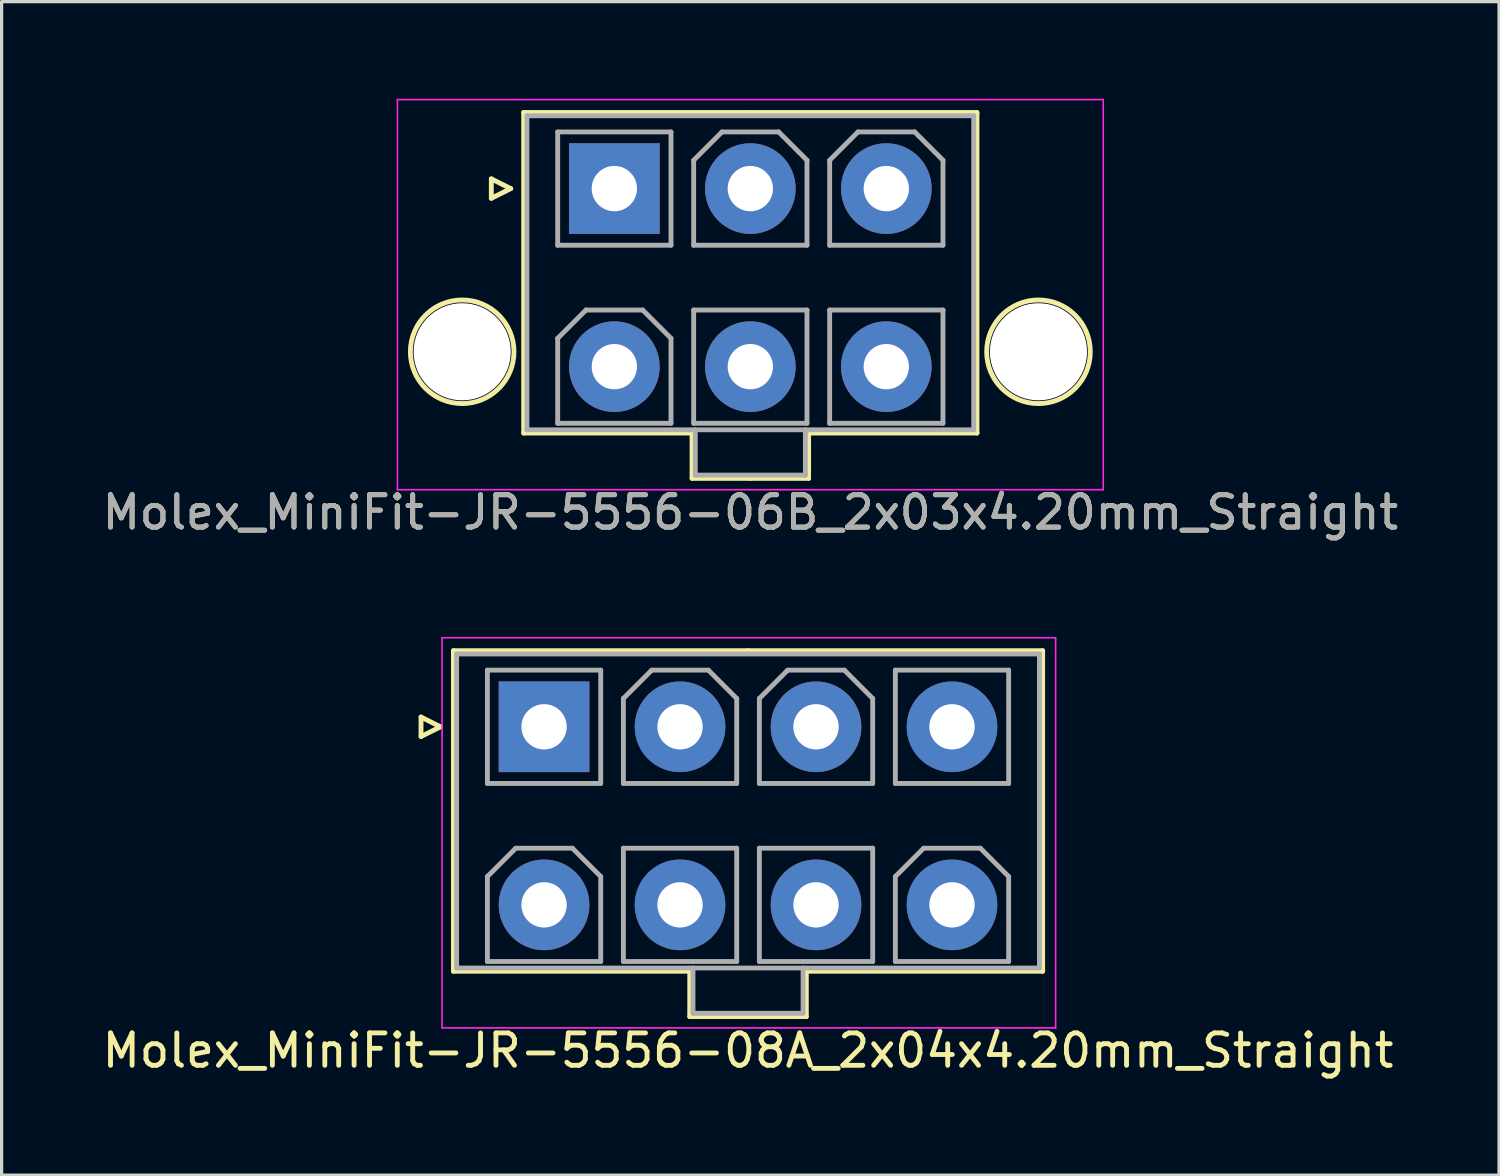
<source format=kicad_pcb>
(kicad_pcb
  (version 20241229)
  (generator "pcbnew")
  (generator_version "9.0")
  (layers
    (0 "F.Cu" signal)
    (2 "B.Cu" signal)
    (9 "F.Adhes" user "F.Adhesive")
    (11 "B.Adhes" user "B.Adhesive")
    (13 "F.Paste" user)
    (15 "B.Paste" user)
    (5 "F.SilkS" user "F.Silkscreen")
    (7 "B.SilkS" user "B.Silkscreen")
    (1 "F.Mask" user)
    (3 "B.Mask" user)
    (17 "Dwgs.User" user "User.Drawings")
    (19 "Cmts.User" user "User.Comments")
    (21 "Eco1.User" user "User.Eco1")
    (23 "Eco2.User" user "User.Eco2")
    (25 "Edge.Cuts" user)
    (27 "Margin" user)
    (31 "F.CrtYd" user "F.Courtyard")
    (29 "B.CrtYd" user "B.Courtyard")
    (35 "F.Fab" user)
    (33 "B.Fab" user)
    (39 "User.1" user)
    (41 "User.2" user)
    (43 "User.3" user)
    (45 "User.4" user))
  (footprint "Molex_MiniFit-JR-5556-08A_2x04x4.20mm_Straight"
    (layer "F.Cu")
    (at 13.754 19.398)
    (property "Reference" "Molex_MiniFit-JR-5556-08A_2x04x4.20mm_Straight" (at 6.3 10 0) (layer "F.SilkS") (effects (font (size 1 1) (thickness 0.15))))
    (attr through_hole)
    (fp_line (start -3.8 -0.3) (end -3.2 0) (stroke (width 0.15) (type solid)) (layer "F.SilkS"))
    (fp_line (start -3.8 0.3) (end -3.8 -0.3) (stroke (width 0.15) (type solid)) (layer "F.SilkS"))
    (fp_line (start -3.2 0) (end -3.8 0.3) (stroke (width 0.15) (type solid)) (layer "F.SilkS"))
    (fp_line (start -2.8 -2.35) (end -2.8 7.55) (stroke (width 0.15) (type solid)) (layer "F.SilkS"))
    (fp_line (start -2.8 7.55) (end 4.5 7.55) (stroke (width 0.15) (type solid)) (layer "F.SilkS"))
    (fp_line (start 4.5 7.55) (end 4.5 8.95) (stroke (width 0.15) (type solid)) (layer "F.SilkS"))
    (fp_line (start 4.5 8.95) (end 6.3 8.95) (stroke (width 0.15) (type solid)) (layer "F.SilkS"))
    (fp_line (start 6.3 -2.35) (end -2.8 -2.35) (stroke (width 0.15) (type solid)) (layer "F.SilkS"))
    (fp_line (start 6.3 -2.35) (end 15.4 -2.35) (stroke (width 0.15) (type solid)) (layer "F.SilkS"))
    (fp_line (start 8.1 7.55) (end 8.1 8.95) (stroke (width 0.15) (type solid)) (layer "F.SilkS"))
    (fp_line (start 8.1 8.95) (end 6.3 8.95) (stroke (width 0.15) (type solid)) (layer "F.SilkS"))
    (fp_line (start 15.4 -2.35) (end 15.4 7.55) (stroke (width 0.15) (type solid)) (layer "F.SilkS"))
    (fp_line (start 15.4 7.55) (end 8.1 7.55) (stroke (width 0.15) (type solid)) (layer "F.SilkS"))
    (fp_line (start -3.15 -2.75) (end -3.15 9.3) (stroke (width 0.05) (type solid)) (layer "F.CrtYd"))
    (fp_line (start -3.15 9.3) (end 15.8 9.3) (stroke (width 0.05) (type solid)) (layer "F.CrtYd"))
    (fp_line (start 15.8 -2.75) (end -3.15 -2.75) (stroke (width 0.05) (type solid)) (layer "F.CrtYd"))
    (fp_line (start 15.8 9.3) (end 15.8 -2.75) (stroke (width 0.05) (type solid)) (layer "F.CrtYd"))
    (fp_line (start -2.7 -2.25) (end -2.7 7.45) (stroke (width 0.15) (type solid)) (layer "F.Fab"))
    (fp_line (start -2.7 7.45) (end 15.3 7.45) (stroke (width 0.15) (type solid)) (layer "F.Fab"))
    (fp_line (start -1.75 -1.75) (end -1.75 1.75) (stroke (width 0.15) (type solid)) (layer "F.Fab"))
    (fp_line (start -1.75 1.75) (end 1.75 1.75) (stroke (width 0.15) (type solid)) (layer "F.Fab"))
    (fp_line (start -1.75 4.625) (end -0.875 3.75) (stroke (width 0.15) (type solid)) (layer "F.Fab"))
    (fp_line (start -1.75 7.25) (end -1.75 4.625) (stroke (width 0.15) (type solid)) (layer "F.Fab"))
    (fp_line (start -0.875 3.75) (end 0.875 3.75) (stroke (width 0.15) (type solid)) (layer "F.Fab"))
    (fp_line (start 0.875 3.75) (end 1.75 4.625) (stroke (width 0.15) (type solid)) (layer "F.Fab"))
    (fp_line (start 1.75 -1.75) (end -1.75 -1.75) (stroke (width 0.15) (type solid)) (layer "F.Fab"))
    (fp_line (start 1.75 1.75) (end 1.75 -1.75) (stroke (width 0.15) (type solid)) (layer "F.Fab"))
    (fp_line (start 1.75 4.625) (end 1.75 7.25) (stroke (width 0.15) (type solid)) (layer "F.Fab"))
    (fp_line (start 1.75 7.25) (end -1.75 7.25) (stroke (width 0.15) (type solid)) (layer "F.Fab"))
    (fp_line (start 2.45 -0.875) (end 3.325 -1.75) (stroke (width 0.15) (type solid)) (layer "F.Fab"))
    (fp_line (start 2.45 1.75) (end 2.45 -0.875) (stroke (width 0.15) (type solid)) (layer "F.Fab"))
    (fp_line (start 2.45 3.75) (end 2.45 7.25) (stroke (width 0.15) (type solid)) (layer "F.Fab"))
    (fp_line (start 2.45 7.25) (end 5.95 7.25) (stroke (width 0.15) (type solid)) (layer "F.Fab"))
    (fp_line (start 3.325 -1.75) (end 5.075 -1.75) (stroke (width 0.15) (type solid)) (layer "F.Fab"))
    (fp_line (start 4.6 7.45) (end 4.6 8.85) (stroke (width 0.15) (type solid)) (layer "F.Fab"))
    (fp_line (start 4.6 8.85) (end 8 8.85) (stroke (width 0.15) (type solid)) (layer "F.Fab"))
    (fp_line (start 5.075 -1.75) (end 5.95 -0.875) (stroke (width 0.15) (type solid)) (layer "F.Fab"))
    (fp_line (start 5.95 -0.875) (end 5.95 1.75) (stroke (width 0.15) (type solid)) (layer "F.Fab"))
    (fp_line (start 5.95 1.75) (end 2.45 1.75) (stroke (width 0.15) (type solid)) (layer "F.Fab"))
    (fp_line (start 5.95 3.75) (end 2.45 3.75) (stroke (width 0.15) (type solid)) (layer "F.Fab"))
    (fp_line (start 5.95 7.25) (end 5.95 3.75) (stroke (width 0.15) (type solid)) (layer "F.Fab"))
    (fp_line (start 6.65 -0.875) (end 7.525 -1.75) (stroke (width 0.15) (type solid)) (layer "F.Fab"))
    (fp_line (start 6.65 1.75) (end 6.65 -0.875) (stroke (width 0.15) (type solid)) (layer "F.Fab"))
    (fp_line (start 6.65 3.75) (end 6.65 7.25) (stroke (width 0.15) (type solid)) (layer "F.Fab"))
    (fp_line (start 6.65 7.25) (end 10.15 7.25) (stroke (width 0.15) (type solid)) (layer "F.Fab"))
    (fp_line (start 7.525 -1.75) (end 9.275 -1.75) (stroke (width 0.15) (type solid)) (layer "F.Fab"))
    (fp_line (start 8 8.85) (end 8 7.45) (stroke (width 0.15) (type solid)) (layer "F.Fab"))
    (fp_line (start 9.275 -1.75) (end 10.15 -0.875) (stroke (width 0.15) (type solid)) (layer "F.Fab"))
    (fp_line (start 10.15 -0.875) (end 10.15 1.75) (stroke (width 0.15) (type solid)) (layer "F.Fab"))
    (fp_line (start 10.15 1.75) (end 6.65 1.75) (stroke (width 0.15) (type solid)) (layer "F.Fab"))
    (fp_line (start 10.15 3.75) (end 6.65 3.75) (stroke (width 0.15) (type solid)) (layer "F.Fab"))
    (fp_line (start 10.15 7.25) (end 10.15 3.75) (stroke (width 0.15) (type solid)) (layer "F.Fab"))
    (fp_line (start 10.85 -1.75) (end 10.85 1.75) (stroke (width 0.15) (type solid)) (layer "F.Fab"))
    (fp_line (start 10.85 1.75) (end 14.35 1.75) (stroke (width 0.15) (type solid)) (layer "F.Fab"))
    (fp_line (start 10.85 4.625) (end 11.725 3.75) (stroke (width 0.15) (type solid)) (layer "F.Fab"))
    (fp_line (start 10.85 7.25) (end 10.85 4.625) (stroke (width 0.15) (type solid)) (layer "F.Fab"))
    (fp_line (start 11.725 3.75) (end 13.475 3.75) (stroke (width 0.15) (type solid)) (layer "F.Fab"))
    (fp_line (start 13.475 3.75) (end 14.35 4.625) (stroke (width 0.15) (type solid)) (layer "F.Fab"))
    (fp_line (start 14.35 -1.75) (end 10.85 -1.75) (stroke (width 0.15) (type solid)) (layer "F.Fab"))
    (fp_line (start 14.35 1.75) (end 14.35 -1.75) (stroke (width 0.15) (type solid)) (layer "F.Fab"))
    (fp_line (start 14.35 4.625) (end 14.35 7.25) (stroke (width 0.15) (type solid)) (layer "F.Fab"))
    (fp_line (start 14.35 7.25) (end 10.85 7.25) (stroke (width 0.15) (type solid)) (layer "F.Fab"))
    (fp_line (start 15.3 -2.25) (end -2.7 -2.25) (stroke (width 0.15) (type solid)) (layer "F.Fab"))
    (fp_line (start 15.3 7.45) (end 15.3 -2.25) (stroke (width 0.15) (type solid)) (layer "F.Fab"))
    (pad "1" thru_hole rect (at 0 0) (size 2.8 2.8) (drill 1.4) (layers "*.Cu" "*.Mask"))
    (pad "2" thru_hole circle (at 4.2 0) (size 2.8 2.8) (drill 1.4) (layers "*.Cu" "*.Mask"))
    (pad "3" thru_hole circle (at 8.4 0) (size 2.8 2.8) (drill 1.4) (layers "*.Cu" "*.Mask"))
    (pad "4" thru_hole circle (at 12.6 0) (size 2.8 2.8) (drill 1.4) (layers "*.Cu" "*.Mask"))
    (pad "5" thru_hole circle (at 0 5.5) (size 2.8 2.8) (drill 1.4) (layers "*.Cu" "*.Mask"))
    (pad "6" thru_hole circle (at 4.2 5.5) (size 2.8 2.8) (drill 1.4) (layers "*.Cu" "*.Mask"))
    (pad "7" thru_hole circle (at 8.4 5.5) (size 2.8 2.8) (drill 1.4) (layers "*.Cu" "*.Mask"))
    (pad "8" thru_hole circle (at 12.6 5.5) (size 2.8 2.8) (drill 1.4) (layers "*.Cu" "*.Mask")))
  (footprint "Molex_MiniFit-JR-5556-06B_2x03x4.20mm_Straight"
    (layer "F.Cu")
    (at 15.925 2.775)
    (property "Reference" "Molex_MiniFit-JR-5556-06B_2x03x4.20mm_Straight" (at 4.2 10 0) (layer "F.SilkS") (effects (font (size 1 1) (thickness 0.15))))
    (attr through_hole)
    (fp_line (start -3.8 -0.3) (end -3.2 0) (stroke (width 0.15) (type solid)) (layer "F.SilkS"))
    (fp_line (start -3.8 0.3) (end -3.8 -0.3) (stroke (width 0.15) (type solid)) (layer "F.SilkS"))
    (fp_line (start -3.2 0) (end -3.8 0.3) (stroke (width 0.15) (type solid)) (layer "F.SilkS"))
    (fp_line (start -2.8 -2.35) (end -2.8 7.55) (stroke (width 0.15) (type solid)) (layer "F.SilkS"))
    (fp_line (start -2.8 7.55) (end 2.4 7.55) (stroke (width 0.15) (type solid)) (layer "F.SilkS"))
    (fp_line (start 2.4 7.55) (end 2.4 8.95) (stroke (width 0.15) (type solid)) (layer "F.SilkS"))
    (fp_line (start 2.4 8.95) (end 4.2 8.95) (stroke (width 0.15) (type solid)) (layer "F.SilkS"))
    (fp_line (start 4.2 -2.35) (end -2.8 -2.35) (stroke (width 0.15) (type solid)) (layer "F.SilkS"))
    (fp_line (start 4.2 -2.35) (end 11.2 -2.35) (stroke (width 0.15) (type solid)) (layer "F.SilkS"))
    (fp_line (start 6 7.55) (end 6 8.95) (stroke (width 0.15) (type solid)) (layer "F.SilkS"))
    (fp_line (start 6 8.95) (end 4.2 8.95) (stroke (width 0.15) (type solid)) (layer "F.SilkS"))
    (fp_line (start 11.2 -2.35) (end 11.2 7.55) (stroke (width 0.15) (type solid)) (layer "F.SilkS"))
    (fp_line (start 11.2 7.55) (end 6 7.55) (stroke (width 0.15) (type solid)) (layer "F.SilkS"))
    (fp_circle (center -4.7 5.04) (end -3.1 5.04) (stroke (width 0.15) (type solid)) (fill no) (layer "F.SilkS"))
    (fp_circle (center 13.1 5.04) (end 14.7 5.04) (stroke (width 0.15) (type solid)) (fill no) (layer "F.SilkS"))
    (fp_line (start -6.7 -2.75) (end -6.7 9.3) (stroke (width 0.05) (type solid)) (layer "F.CrtYd"))
    (fp_line (start -6.7 9.3) (end 15.1 9.3) (stroke (width 0.05) (type solid)) (layer "F.CrtYd"))
    (fp_line (start 15.1 -2.75) (end -6.7 -2.75) (stroke (width 0.05) (type solid)) (layer "F.CrtYd"))
    (fp_line (start 15.1 9.3) (end 15.1 -2.75) (stroke (width 0.05) (type solid)) (layer "F.CrtYd"))
    (fp_line (start -2.7 -2.25) (end -2.7 7.45) (stroke (width 0.15) (type solid)) (layer "F.Fab"))
    (fp_line (start -2.7 7.45) (end 11.1 7.45) (stroke (width 0.15) (type solid)) (layer "F.Fab"))
    (fp_line (start -1.75 -1.75) (end -1.75 1.75) (stroke (width 0.15) (type solid)) (layer "F.Fab"))
    (fp_line (start -1.75 1.75) (end 1.75 1.75) (stroke (width 0.15) (type solid)) (layer "F.Fab"))
    (fp_line (start -1.75 4.625) (end -0.875 3.75) (stroke (width 0.15) (type solid)) (layer "F.Fab"))
    (fp_line (start -1.75 7.25) (end -1.75 4.625) (stroke (width 0.15) (type solid)) (layer "F.Fab"))
    (fp_line (start -0.875 3.75) (end 0.875 3.75) (stroke (width 0.15) (type solid)) (layer "F.Fab"))
    (fp_line (start 0.875 3.75) (end 1.75 4.625) (stroke (width 0.15) (type solid)) (layer "F.Fab"))
    (fp_line (start 1.75 -1.75) (end -1.75 -1.75) (stroke (width 0.15) (type solid)) (layer "F.Fab"))
    (fp_line (start 1.75 1.75) (end 1.75 -1.75) (stroke (width 0.15) (type solid)) (layer "F.Fab"))
    (fp_line (start 1.75 4.625) (end 1.75 7.25) (stroke (width 0.15) (type solid)) (layer "F.Fab"))
    (fp_line (start 1.75 7.25) (end -1.75 7.25) (stroke (width 0.15) (type solid)) (layer "F.Fab"))
    (fp_line (start 2.45 -0.875) (end 3.325 -1.75) (stroke (width 0.15) (type solid)) (layer "F.Fab"))
    (fp_line (start 2.45 1.75) (end 2.45 -0.875) (stroke (width 0.15) (type solid)) (layer "F.Fab"))
    (fp_line (start 2.45 3.75) (end 2.45 7.25) (stroke (width 0.15) (type solid)) (layer "F.Fab"))
    (fp_line (start 2.45 7.25) (end 5.95 7.25) (stroke (width 0.15) (type solid)) (layer "F.Fab"))
    (fp_line (start 2.5 7.45) (end 2.5 8.85) (stroke (width 0.15) (type solid)) (layer "F.Fab"))
    (fp_line (start 2.5 8.85) (end 5.9 8.85) (stroke (width 0.15) (type solid)) (layer "F.Fab"))
    (fp_line (start 3.325 -1.75) (end 5.075 -1.75) (stroke (width 0.15) (type solid)) (layer "F.Fab"))
    (fp_line (start 5.075 -1.75) (end 5.95 -0.875) (stroke (width 0.15) (type solid)) (layer "F.Fab"))
    (fp_line (start 5.9 8.85) (end 5.9 7.45) (stroke (width 0.15) (type solid)) (layer "F.Fab"))
    (fp_line (start 5.95 -0.875) (end 5.95 1.75) (stroke (width 0.15) (type solid)) (layer "F.Fab"))
    (fp_line (start 5.95 1.75) (end 2.45 1.75) (stroke (width 0.15) (type solid)) (layer "F.Fab"))
    (fp_line (start 5.95 3.75) (end 2.45 3.75) (stroke (width 0.15) (type solid)) (layer "F.Fab"))
    (fp_line (start 5.95 7.25) (end 5.95 3.75) (stroke (width 0.15) (type solid)) (layer "F.Fab"))
    (fp_line (start 6.65 -0.875) (end 7.525 -1.75) (stroke (width 0.15) (type solid)) (layer "F.Fab"))
    (fp_line (start 6.65 1.75) (end 6.65 -0.875) (stroke (width 0.15) (type solid)) (layer "F.Fab"))
    (fp_line (start 6.65 3.75) (end 6.65 7.25) (stroke (width 0.15) (type solid)) (layer "F.Fab"))
    (fp_line (start 6.65 7.25) (end 10.15 7.25) (stroke (width 0.15) (type solid)) (layer "F.Fab"))
    (fp_line (start 7.525 -1.75) (end 9.275 -1.75) (stroke (width 0.15) (type solid)) (layer "F.Fab"))
    (fp_line (start 9.275 -1.75) (end 10.15 -0.875) (stroke (width 0.15) (type solid)) (layer "F.Fab"))
    (fp_line (start 10.15 -0.875) (end 10.15 1.75) (stroke (width 0.15) (type solid)) (layer "F.Fab"))
    (fp_line (start 10.15 1.75) (end 6.65 1.75) (stroke (width 0.15) (type solid)) (layer "F.Fab"))
    (fp_line (start 10.15 3.75) (end 6.65 3.75) (stroke (width 0.15) (type solid)) (layer "F.Fab"))
    (fp_line (start 10.15 7.25) (end 10.15 3.75) (stroke (width 0.15) (type solid)) (layer "F.Fab"))
    (fp_line (start 11.1 -2.25) (end -2.7 -2.25) (stroke (width 0.15) (type solid)) (layer "F.Fab"))
    (fp_line (start 11.1 7.45) (end 11.1 -2.25) (stroke (width 0.15) (type solid)) (layer "F.Fab"))
    (fp_text user "${REFERENCE}" (at 4.2 10 0) (layer "F.Fab") (effects (font (size 1 1) (thickness 0.15))))
    (pad "" np_thru_hole circle (at -4.7 5.04) (size 3 3) (drill 3) (layers "*.Cu"))
    (pad "" np_thru_hole circle (at 13.1 5.04) (size 3 3) (drill 3) (layers "*.Cu"))
    (pad "1" thru_hole rect (at 0 0) (size 2.8 2.8) (drill 1.4) (layers "*.Cu" "*.Mask"))
    (pad "2" thru_hole circle (at 4.2 0) (size 2.8 2.8) (drill 1.4) (layers "*.Cu" "*.Mask"))
    (pad "3" thru_hole circle (at 8.4 0) (size 2.8 2.8) (drill 1.4) (layers "*.Cu" "*.Mask"))
    (pad "4" thru_hole circle (at 0 5.5) (size 2.8 2.8) (drill 1.4) (layers "*.Cu" "*.Mask"))
    (pad "5" thru_hole circle (at 4.2 5.5) (size 2.8 2.8) (drill 1.4) (layers "*.Cu" "*.Mask"))
    (pad "6" thru_hole circle (at 8.4 5.5) (size 2.8 2.8) (drill 1.4) (layers "*.Cu" "*.Mask")))
  (gr_rect
    (start -3 -3)
    (end 43.25 33.246)
    (stroke (width 0.1) (type default))
    (fill no)
    (layer "Edge.Cuts")))
</source>
